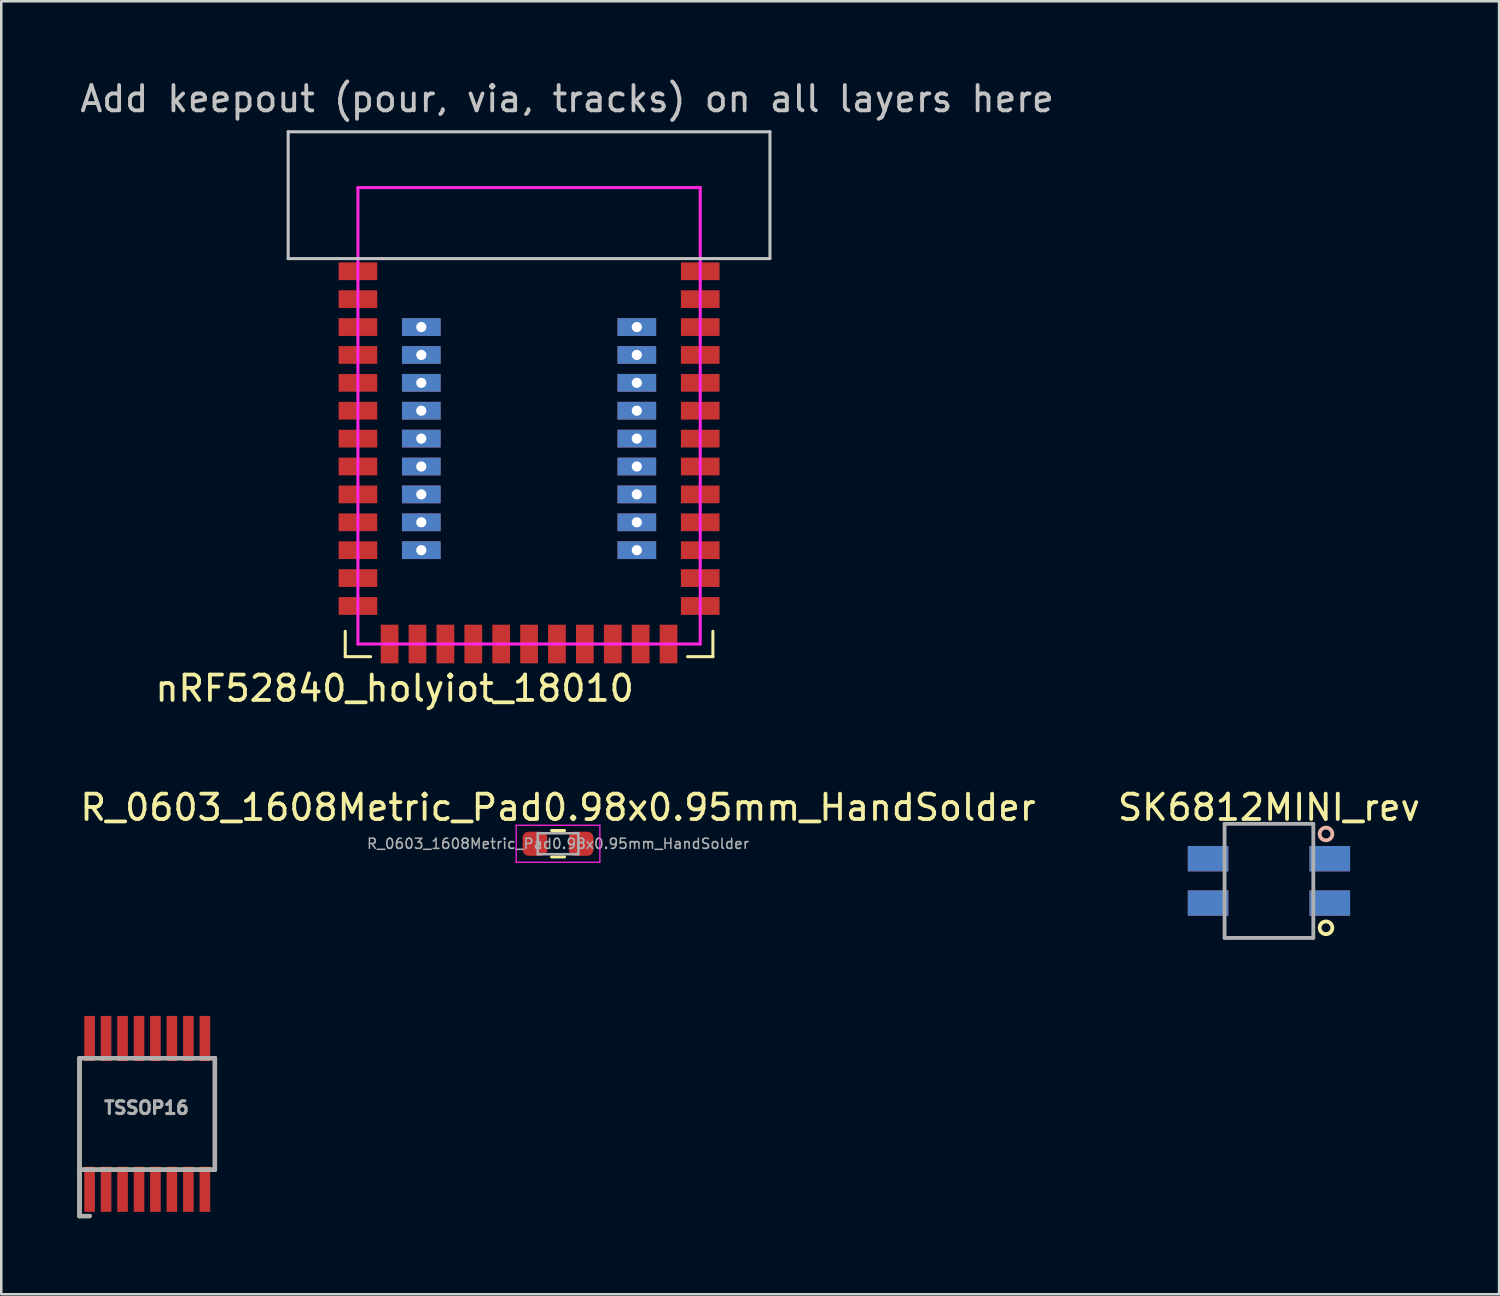
<source format=kicad_pcb>
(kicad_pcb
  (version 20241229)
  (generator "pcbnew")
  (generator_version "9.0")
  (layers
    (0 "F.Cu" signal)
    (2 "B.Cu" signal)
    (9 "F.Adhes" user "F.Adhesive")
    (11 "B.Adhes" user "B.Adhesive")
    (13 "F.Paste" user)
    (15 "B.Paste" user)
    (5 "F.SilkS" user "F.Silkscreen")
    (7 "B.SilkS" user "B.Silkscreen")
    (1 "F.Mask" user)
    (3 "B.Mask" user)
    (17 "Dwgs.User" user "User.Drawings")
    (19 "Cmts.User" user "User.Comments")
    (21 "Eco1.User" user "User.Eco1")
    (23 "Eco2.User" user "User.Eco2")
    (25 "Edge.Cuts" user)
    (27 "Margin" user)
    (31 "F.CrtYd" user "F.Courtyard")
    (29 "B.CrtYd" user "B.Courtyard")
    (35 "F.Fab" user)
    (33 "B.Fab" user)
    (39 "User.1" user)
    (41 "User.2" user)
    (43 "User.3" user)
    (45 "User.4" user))
  (footprint "TSSOP16"
    (layer "F.Cu")
    (at 2.756 40.879)
    (property "Reference" "TSSOP16" (at -0.03 -0.24 0) (layer "F.Fab") (effects (font (size 0.5 0.5) (thickness 0.125))))
    (attr through_hole)
    (fp_line (start -2.67 -2.199) (end -2.67 2.2) (stroke (width 0.17) (type solid)) (layer "F.SilkS"))
    (fp_line (start -2.67 2.2) (end 2.67 2.2) (stroke (width 0.17) (type solid)) (layer "F.SilkS"))
    (fp_line (start -2.67 4.03) (end -2.67 2.2) (stroke (width 0.17) (type solid)) (layer "F.SilkS"))
    (fp_line (start -2.271 4.03) (end -2.67 4.03) (stroke (width 0.17) (type solid)) (layer "F.SilkS"))
    (fp_line (start 2.484 -2.2) (end 2.499 -2.2) (stroke (width 0.003) (type solid)) (layer "F.SilkS"))
    (fp_line (start 2.67 -2.199) (end -2.67 -2.199) (stroke (width 0.17) (type solid)) (layer "F.SilkS"))
    (fp_line (start 2.67 2.2) (end 2.67 -2.199) (stroke (width 0.17) (type solid)) (layer "F.SilkS"))
    (fp_line (start -2.671 -2.199) (end -2.671 2.2) (stroke (width 0.17) (type solid)) (layer "F.Fab"))
    (fp_line (start -2.671 2.2) (end 2.669 2.2) (stroke (width 0.17) (type solid)) (layer "F.Fab"))
    (fp_line (start -2.671 4.03) (end -2.671 2.2) (stroke (width 0.17) (type solid)) (layer "F.Fab"))
    (fp_line (start -2.272 4.03) (end -2.671 4.03) (stroke (width 0.17) (type solid)) (layer "F.Fab"))
    (fp_line (start 2.669 -2.199) (end -2.671 -2.199) (stroke (width 0.17) (type solid)) (layer "F.Fab"))
    (fp_line (start 2.669 2.2) (end 2.669 -2.199) (stroke (width 0.17) (type solid)) (layer "F.Fab"))
    (pad "1" smd rect (at -2.273 2.974 180) (size 0.419 1.778) (layers "F.Cu" "F.Mask" "F.Paste"))
    (pad "2" smd rect (at -1.623 2.974 180) (size 0.419 1.778) (layers "F.Cu" "F.Mask" "F.Paste"))
    (pad "3" smd rect (at -0.973 2.974 180) (size 0.419 1.778) (layers "F.Cu" "F.Mask" "F.Paste"))
    (pad "4" smd rect (at -0.323 2.974 180) (size 0.419 1.778) (layers "F.Cu" "F.Mask" "F.Paste"))
    (pad "5" smd rect (at 0.323 2.974 180) (size 0.419 1.778) (layers "F.Cu" "F.Mask" "F.Paste"))
    (pad "6" smd rect (at 0.973 2.974 180) (size 0.419 1.778) (layers "F.Cu" "F.Mask" "F.Paste"))
    (pad "7" smd rect (at 1.623 2.974 180) (size 0.419 1.778) (layers "F.Cu" "F.Mask" "F.Paste"))
    (pad "8" smd rect (at 2.273 2.974 180) (size 0.419 1.778) (layers "F.Cu" "F.Mask" "F.Paste"))
    (pad "9" smd rect (at 2.273 -2.974) (size 0.419 1.778) (layers "F.Cu" "F.Mask" "F.Paste"))
    (pad "10" smd rect (at 1.623 -2.974) (size 0.419 1.778) (layers "F.Cu" "F.Mask" "F.Paste"))
    (pad "11" smd rect (at 0.973 -2.974) (size 0.419 1.778) (layers "F.Cu" "F.Mask" "F.Paste"))
    (pad "12" smd rect (at 0.323 -2.974) (size 0.419 1.778) (layers "F.Cu" "F.Mask" "F.Paste"))
    (pad "13" smd rect (at -0.323 -2.974) (size 0.419 1.778) (layers "F.Cu" "F.Mask" "F.Paste"))
    (pad "14" smd rect (at -0.973 -2.974) (size 0.419 1.778) (layers "F.Cu" "F.Mask" "F.Paste"))
    (pad "15" smd rect (at -1.623 -2.974) (size 0.419 1.778) (layers "F.Cu" "F.Mask" "F.Paste"))
    (pad "16" smd rect (at -2.273 -2.974) (size 0.419 1.778) (layers "F.Cu" "F.Mask" "F.Paste")))
  (footprint "SK6812MINI_rev"
    (layer "F.Cu")
    (at 46.994 31.69)
    (property "Reference" "SK6812MINI_rev" (at 0 -2.896 0) (layer "F.SilkS") (effects (font (size 1 1) (thickness 0.15))))
    (attr through_hole)
    (fp_circle (center 2.25 1.85) (end 2.25 1.6) (stroke (width 0.15) (type solid)) (fill no) (layer "F.SilkS"))
    (fp_circle (center 2.25 -1.85) (end 2.25 -2.1) (stroke (width 0.15) (type solid)) (fill no) (layer "B.SilkS"))
    (fp_line (start -1.75 -2.25) (end -1.75 2.25) (stroke (width 0.15) (type solid)) (layer "F.Fab"))
    (fp_line (start -1.75 -2.25) (end 1.75 -2.25) (stroke (width 0.15) (type solid)) (layer "F.Fab"))
    (fp_line (start 1.75 -2.25) (end 1.75 2.25) (stroke (width 0.15) (type solid)) (layer "F.Fab"))
    (fp_line (start 1.75 2.25) (end -1.75 2.25) (stroke (width 0.15) (type solid)) (layer "F.Fab"))
    (pad "1" smd rect (at -2.4 -0.875) (size 1.6 1) (layers "B.Cu" "B.Mask" "B.Paste"))
    (pad "1" smd rect (at -2.4 0.875) (size 1.6 1) (layers "F.Cu" "F.Mask" "F.Paste"))
    (pad "2" smd rect (at -2.4 -0.875) (size 1.6 1) (layers "F.Cu" "F.Mask" "F.Paste"))
    (pad "2" smd rect (at -2.4 0.875) (size 1.6 1) (layers "B.Cu" "B.Mask" "B.Paste"))
    (pad "3" smd rect (at 2.4 -0.875) (size 1.6 1) (layers "F.Cu" "F.Mask" "F.Paste"))
    (pad "3" smd rect (at 2.4 0.875) (size 1.6 1) (layers "B.Cu" "B.Mask" "B.Paste"))
    (pad "4" smd rect (at 2.4 -0.875) (size 1.6 1) (layers "B.Cu" "B.Mask" "B.Paste"))
    (pad "4" smd rect (at 2.4 0.875) (size 1.6 1) (layers "F.Cu" "F.Mask" "F.Paste")))
  (footprint "R_0603_1608Metric_Pad0.98x0.95mm_HandSolder"
    (layer "F.Cu")
    (at 18.958 30.225)
    (property "Reference" "R_0603_1608Metric_Pad0.98x0.95mm_HandSolder" (at 0 -1.43 0) (layer "F.SilkS") (effects (font (size 1 1) (thickness 0.15))))
    (attr smd)
    (fp_line (start -0.255 -0.522) (end 0.255 -0.522) (stroke (width 0.12) (type solid)) (layer "F.SilkS"))
    (fp_line (start -0.255 0.522) (end 0.255 0.522) (stroke (width 0.12) (type solid)) (layer "F.SilkS"))
    (fp_line (start -1.65 -0.73) (end 1.65 -0.73) (stroke (width 0.05) (type solid)) (layer "F.CrtYd"))
    (fp_line (start -1.65 0.73) (end -1.65 -0.73) (stroke (width 0.05) (type solid)) (layer "F.CrtYd"))
    (fp_line (start 1.65 -0.73) (end 1.65 0.73) (stroke (width 0.05) (type solid)) (layer "F.CrtYd"))
    (fp_line (start 1.65 0.73) (end -1.65 0.73) (stroke (width 0.05) (type solid)) (layer "F.CrtYd"))
    (fp_line (start -0.8 -0.412) (end 0.8 -0.412) (stroke (width 0.1) (type solid)) (layer "F.Fab"))
    (fp_line (start -0.8 0.412) (end -0.8 -0.412) (stroke (width 0.1) (type solid)) (layer "F.Fab"))
    (fp_line (start 0.8 -0.412) (end 0.8 0.412) (stroke (width 0.1) (type solid)) (layer "F.Fab"))
    (fp_line (start 0.8 0.412) (end -0.8 0.412) (stroke (width 0.1) (type solid)) (layer "F.Fab"))
    (fp_text user "${REFERENCE}" (at 0 0 0) (layer "F.Fab") (effects (font (size 0.4 0.4) (thickness 0.06))))
    (pad "1" smd roundrect (at -0.912 0) (size 0.975 0.95) (layers "F.Cu" "F.Mask" "F.Paste") (roundrect_rratio 0.25))
    (pad "2" smd roundrect (at 0.912 0) (size 0.975 0.95) (layers "F.Cu" "F.Mask" "F.Paste") (roundrect_rratio 0.25)))
  (footprint "nRF52840_holyiot_18010"
    (layer "F.Cu")
    (at 17.815 13.348)
    (property "Reference" "nRF52840_holyiot_18010" (at -5.3 10.75 0) (layer "F.SilkS") (effects (font (size 1 1) (thickness 0.15))))
    (attr smd)
    (fp_line (start -7.25 8.5) (end -7.25 9.5) (stroke (width 0.12) (type solid)) (layer "F.SilkS"))
    (fp_line (start -6.25 9.5) (end -7.25 9.5) (stroke (width 0.12) (type solid)) (layer "F.SilkS"))
    (fp_line (start 6.25 9.5) (end 7.25 9.5) (stroke (width 0.12) (type solid)) (layer "F.SilkS"))
    (fp_line (start 7.25 8.5) (end 7.25 9.5) (stroke (width 0.12) (type solid)) (layer "F.SilkS"))
    (fp_line (start -9.5 -11.2) (end 9.5 -11.2) (stroke (width 0.12) (type solid)) (layer "Dwgs.User"))
    (fp_line (start -9.5 -6.2) (end -9.5 -11.2) (stroke (width 0.12) (type solid)) (layer "Dwgs.User"))
    (fp_line (start 9.5 -11.2) (end 9.5 -6.2) (stroke (width 0.12) (type solid)) (layer "Dwgs.User"))
    (fp_line (start 9.5 -6.2) (end -9.5 -6.2) (stroke (width 0.12) (type solid)) (layer "Dwgs.User"))
    (fp_line (start -6.75 -9) (end 6.75 -9) (stroke (width 0.12) (type solid)) (layer "F.CrtYd"))
    (fp_line (start -6.75 9) (end -6.75 -9) (stroke (width 0.12) (type solid)) (layer "F.CrtYd"))
    (fp_line (start 6.75 -9) (end 6.75 9) (stroke (width 0.12) (type solid)) (layer "F.CrtYd"))
    (fp_line (start 6.75 9) (end -6.75 9) (stroke (width 0.12) (type solid)) (layer "F.CrtYd"))
    (fp_text user "Add keepout (pour, via, tracks) on all layers here" (at 1.5 -12.5 0) (layer "Dwgs.User") (effects (font (size 1 1) (thickness 0.15))))
    (pad "1" smd rect (at -6.75 -5.7) (size 1.524 0.7) (layers "F.Cu" "F.Mask" "F.Paste"))
    (pad "2" smd rect (at -6.75 -4.6) (size 1.524 0.7) (layers "F.Cu" "F.Mask" "F.Paste"))
    (pad "3" smd rect (at -6.75 -3.5) (size 1.524 0.7) (layers "F.Cu" "F.Mask" "F.Paste"))
    (pad "4" smd rect (at -6.75 -2.4) (size 1.524 0.7) (layers "F.Cu" "F.Mask" "F.Paste"))
    (pad "5" smd rect (at -6.75 -1.3) (size 1.524 0.7) (layers "F.Cu" "F.Mask" "F.Paste"))
    (pad "6" smd rect (at -6.75 -0.2) (size 1.524 0.7) (layers "F.Cu" "F.Mask" "F.Paste"))
    (pad "7" smd rect (at -6.75 0.9) (size 1.524 0.7) (layers "F.Cu" "F.Mask" "F.Paste"))
    (pad "8" smd rect (at -6.75 2) (size 1.524 0.7) (layers "F.Cu" "F.Mask" "F.Paste"))
    (pad "9" smd rect (at -6.75 3.1) (size 1.524 0.7) (layers "F.Cu" "F.Mask" "F.Paste"))
    (pad "10" smd rect (at -6.75 4.2) (size 1.524 0.7) (layers "F.Cu" "F.Mask" "F.Paste"))
    (pad "11" smd rect (at -6.75 5.3) (size 1.524 0.7) (layers "F.Cu" "F.Mask" "F.Paste"))
    (pad "12" smd rect (at -6.75 6.4) (size 1.524 0.7) (layers "F.Cu" "F.Mask" "F.Paste"))
    (pad "13" smd rect (at -6.75 7.5) (size 1.524 0.7) (layers "F.Cu" "F.Mask" "F.Paste"))
    (pad "14" smd rect (at -5.5 9 90) (size 1.524 0.7) (layers "F.Cu" "F.Mask" "F.Paste"))
    (pad "15" smd rect (at -4.4 9 90) (size 1.524 0.7) (layers "F.Cu" "F.Mask" "F.Paste"))
    (pad "16" smd rect (at -3.3 9 90) (size 1.524 0.7) (layers "F.Cu" "F.Mask" "F.Paste"))
    (pad "17" smd rect (at -2.2 9 90) (size 1.524 0.7) (layers "F.Cu" "F.Mask" "F.Paste"))
    (pad "18" smd rect (at -1.1 9 90) (size 1.524 0.7) (layers "F.Cu" "F.Mask" "F.Paste"))
    (pad "19" smd rect (at 0 9 90) (size 1.524 0.7) (layers "F.Cu" "F.Mask" "F.Paste"))
    (pad "20" smd rect (at 1.1 9 90) (size 1.524 0.7) (layers "F.Cu" "F.Mask" "F.Paste"))
    (pad "21" smd rect (at 2.2 9 90) (size 1.524 0.7) (layers "F.Cu" "F.Mask" "F.Paste"))
    (pad "22" smd rect (at 3.3 9 90) (size 1.524 0.7) (layers "F.Cu" "F.Mask" "F.Paste"))
    (pad "23" smd rect (at 4.4 9 90) (size 1.524 0.7) (layers "F.Cu" "F.Mask" "F.Paste"))
    (pad "24" smd rect (at 5.5 9 90) (size 1.524 0.7) (layers "F.Cu" "F.Mask" "F.Paste"))
    (pad "25" smd rect (at 6.75 7.5 180) (size 1.524 0.7) (layers "F.Cu" "F.Mask" "F.Paste"))
    (pad "26" smd rect (at 6.75 6.4 180) (size 1.524 0.7) (layers "F.Cu" "F.Mask" "F.Paste"))
    (pad "27" smd rect (at 6.75 5.3 180) (size 1.524 0.7) (layers "F.Cu" "F.Mask" "F.Paste"))
    (pad "28" smd rect (at 6.75 4.2 180) (size 1.524 0.7) (layers "F.Cu" "F.Mask" "F.Paste"))
    (pad "29" smd rect (at 6.75 3.1 180) (size 1.524 0.7) (layers "F.Cu" "F.Mask" "F.Paste"))
    (pad "30" smd rect (at 6.75 2 180) (size 1.524 0.7) (layers "F.Cu" "F.Mask" "F.Paste"))
    (pad "31" smd rect (at 6.75 0.9 180) (size 1.524 0.7) (layers "F.Cu" "F.Mask" "F.Paste"))
    (pad "32" smd rect (at 6.75 -0.2 180) (size 1.524 0.7) (layers "F.Cu" "F.Mask" "F.Paste"))
    (pad "33" smd rect (at 6.75 -1.3 180) (size 1.524 0.7) (layers "F.Cu" "F.Mask" "F.Paste"))
    (pad "34" smd rect (at 6.75 -2.4 180) (size 1.524 0.7) (layers "F.Cu" "F.Mask" "F.Paste"))
    (pad "35" smd rect (at 6.75 -3.5 180) (size 1.524 0.7) (layers "F.Cu" "F.Mask" "F.Paste"))
    (pad "36" smd rect (at 6.75 -4.6 180) (size 1.524 0.7) (layers "F.Cu" "F.Mask" "F.Paste"))
    (pad "37" smd rect (at 6.75 -5.7 180) (size 1.524 0.7) (layers "F.Cu" "F.Mask" "F.Paste"))
    (pad "38" thru_hole rect (at -4.25 -3.5 180) (size 1.524 0.7) (drill 0.4) (layers "*.Cu" "*.Mask"))
    (pad "39" thru_hole rect (at -4.25 -2.4 180) (size 1.524 0.7) (drill 0.4) (layers "*.Cu" "*.Mask"))
    (pad "40" thru_hole rect (at -4.25 -1.3 180) (size 1.524 0.7) (drill 0.4) (layers "*.Cu" "*.Mask"))
    (pad "41" thru_hole rect (at -4.25 -0.2 180) (size 1.524 0.7) (drill 0.4) (layers "*.Cu" "*.Mask"))
    (pad "42" thru_hole rect (at -4.25 0.9 180) (size 1.524 0.7) (drill 0.4) (layers "*.Cu" "*.Mask"))
    (pad "43" thru_hole rect (at -4.25 2 180) (size 1.524 0.7) (drill 0.4) (layers "*.Cu" "*.Mask"))
    (pad "44" thru_hole rect (at -4.25 3.1 180) (size 1.524 0.7) (drill 0.4) (layers "*.Cu" "*.Mask"))
    (pad "45" thru_hole rect (at -4.25 4.2 180) (size 1.524 0.7) (drill 0.4) (layers "*.Cu" "*.Mask"))
    (pad "46" thru_hole rect (at -4.25 5.3 180) (size 1.524 0.7) (drill 0.4) (layers "*.Cu" "*.Mask"))
    (pad "47" thru_hole rect (at 4.25 -3.5 180) (size 1.524 0.7) (drill 0.4) (layers "*.Cu" "*.Mask"))
    (pad "48" thru_hole rect (at 4.25 -2.4 180) (size 1.524 0.7) (drill 0.4) (layers "*.Cu" "*.Mask"))
    (pad "49" thru_hole rect (at 4.25 -1.3 180) (size 1.524 0.7) (drill 0.4) (layers "*.Cu" "*.Mask"))
    (pad "50" thru_hole rect (at 4.25 -0.2 180) (size 1.524 0.7) (drill 0.4) (layers "*.Cu" "*.Mask"))
    (pad "51" thru_hole rect (at 4.25 0.9 180) (size 1.524 0.7) (drill 0.4) (layers "*.Cu" "*.Mask"))
    (pad "52" thru_hole rect (at 4.25 2 180) (size 1.524 0.7) (drill 0.4) (layers "*.Cu" "*.Mask"))
    (pad "53" thru_hole rect (at 4.25 3.1 180) (size 1.524 0.7) (drill 0.4) (layers "*.Cu" "*.Mask"))
    (pad "54" thru_hole rect (at 4.25 4.2 180) (size 1.524 0.7) (drill 0.4) (layers "*.Cu" "*.Mask"))
    (pad "55" thru_hole rect (at 4.25 5.3 180) (size 1.524 0.7) (drill 0.4) (layers "*.Cu" "*.Mask")))
  (gr_rect
    (start -3 -3)
    (end 56.071 47.994)
    (stroke (width 0.1) (type default))
    (fill no)
    (layer "Edge.Cuts")))
</source>
